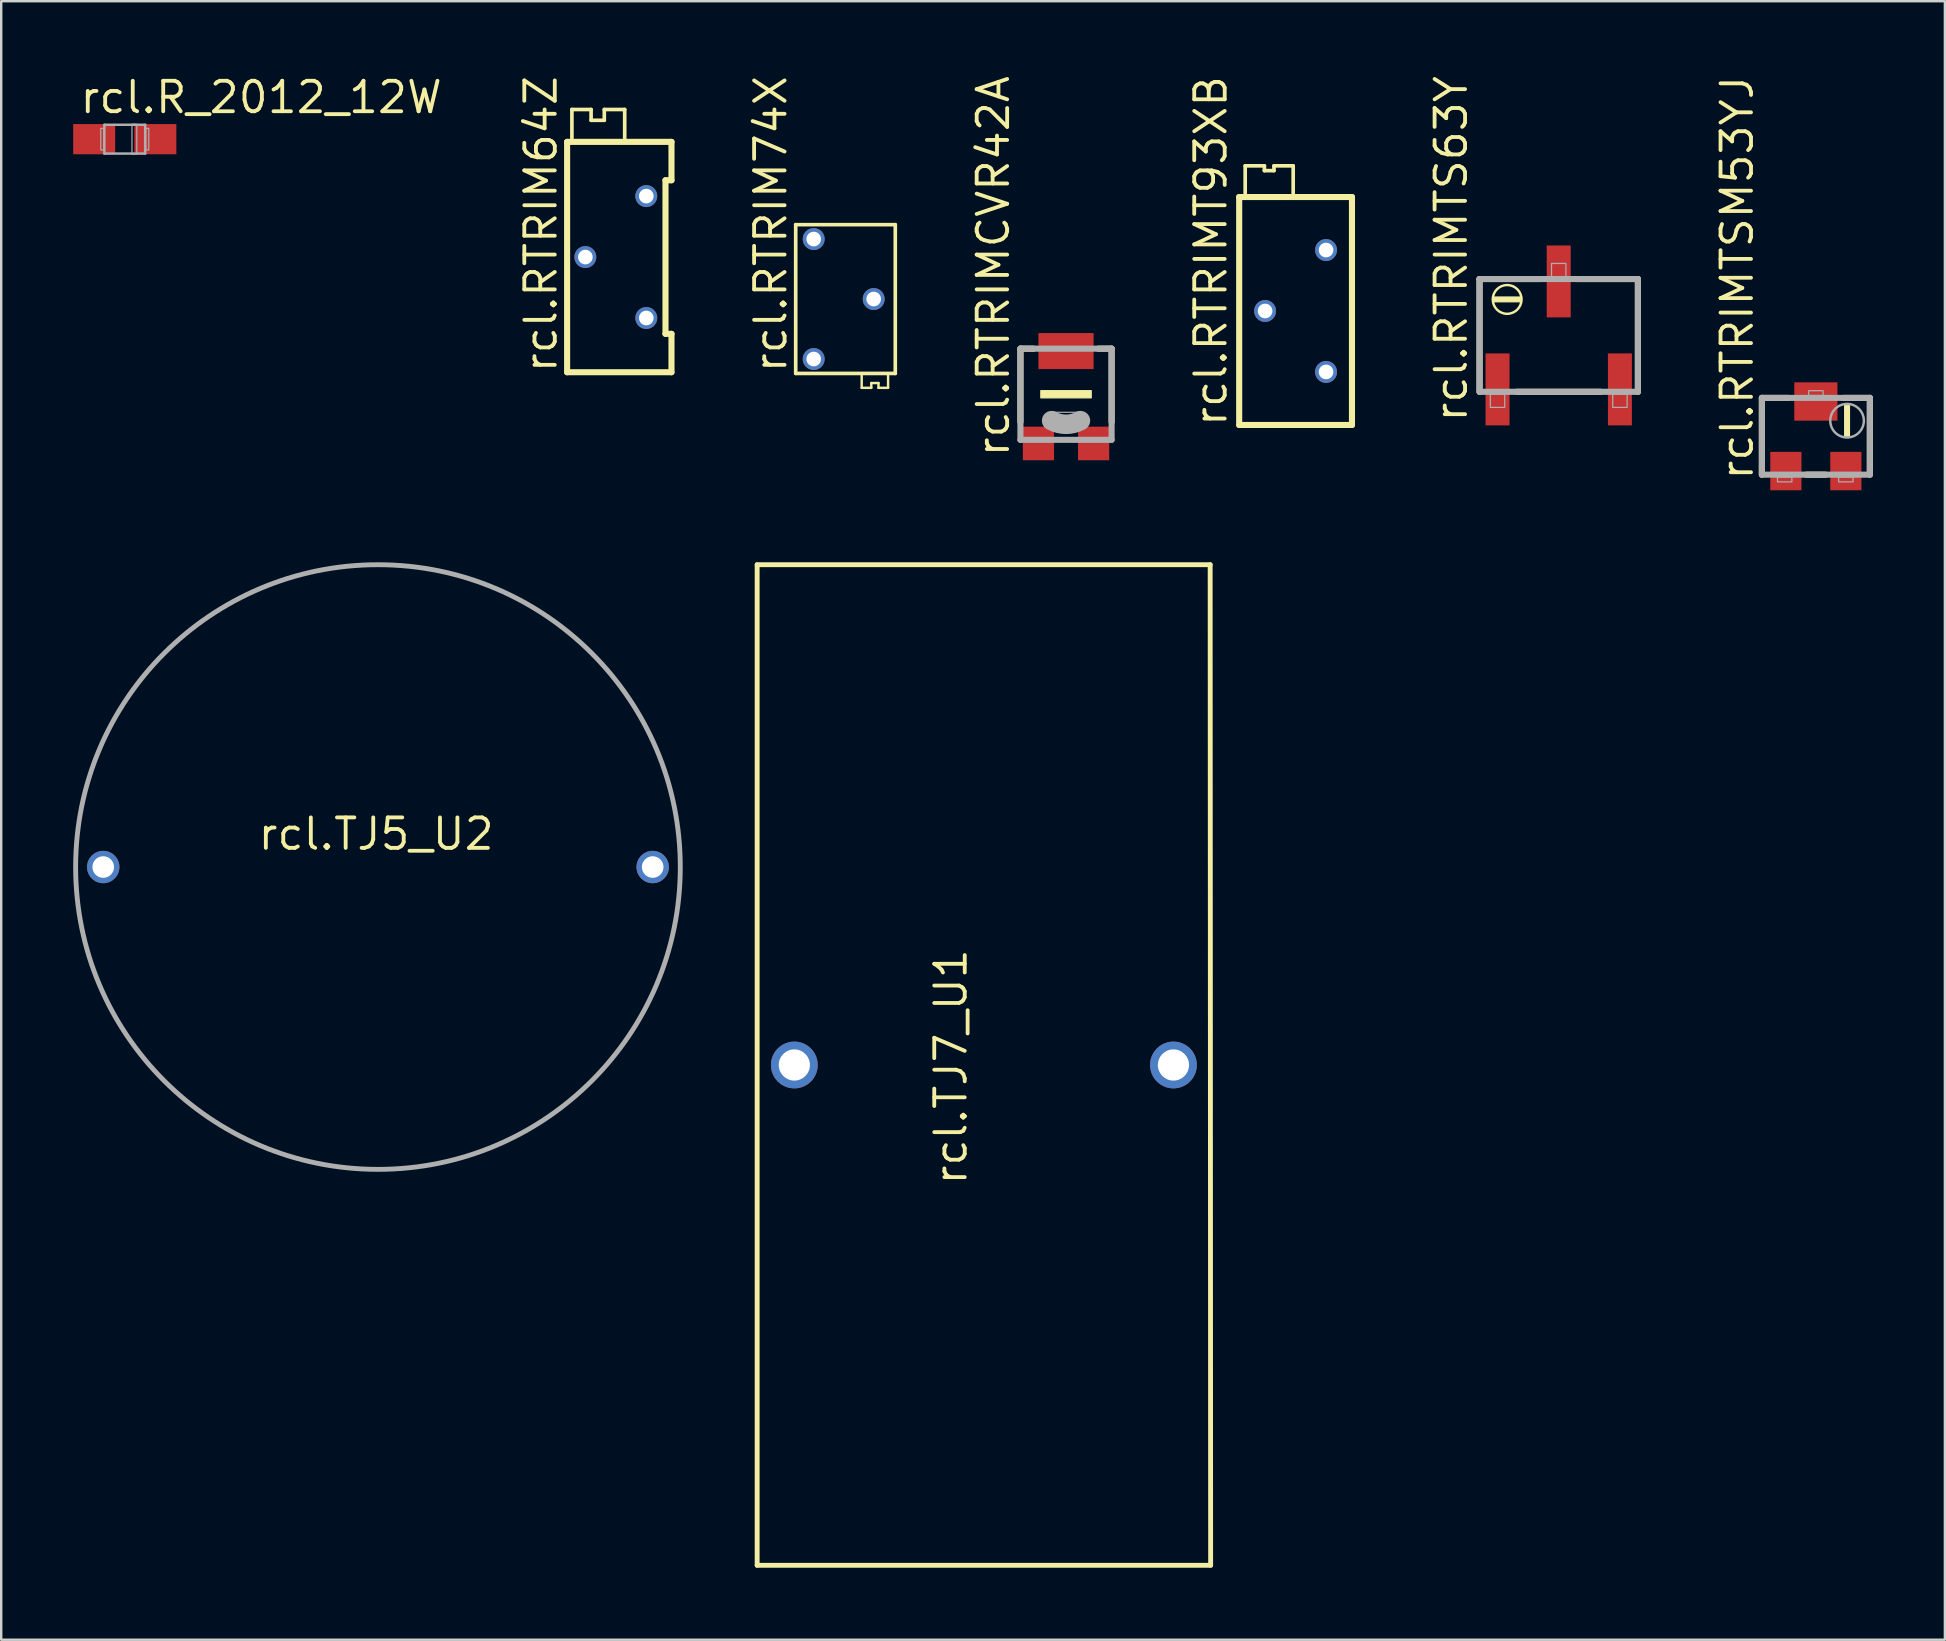
<source format=kicad_pcb>
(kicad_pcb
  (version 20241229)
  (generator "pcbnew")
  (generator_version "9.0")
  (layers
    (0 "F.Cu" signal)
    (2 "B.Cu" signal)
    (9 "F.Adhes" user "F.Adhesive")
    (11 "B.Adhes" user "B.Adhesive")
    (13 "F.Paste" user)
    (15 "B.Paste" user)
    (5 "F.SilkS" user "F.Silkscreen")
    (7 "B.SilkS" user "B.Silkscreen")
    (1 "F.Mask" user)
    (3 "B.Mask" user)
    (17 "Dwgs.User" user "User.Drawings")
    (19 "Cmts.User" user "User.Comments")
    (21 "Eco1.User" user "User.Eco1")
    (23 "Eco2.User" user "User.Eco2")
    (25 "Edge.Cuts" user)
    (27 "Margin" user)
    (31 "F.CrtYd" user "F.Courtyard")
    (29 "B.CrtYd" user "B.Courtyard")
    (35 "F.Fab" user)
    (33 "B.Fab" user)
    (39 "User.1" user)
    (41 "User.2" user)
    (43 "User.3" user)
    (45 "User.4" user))
  (footprint "rcl.RTRIMTS63Y"
    (layer "F.Cu")
    (at 61.912 10.929)
    (property "Reference" "rcl.RTRIMTS63Y" (at -3.74 3.69 90) (layer "F.SilkS") (effects (font (size 1.27 1.27) (thickness 0.16)) (justify left bottom)))
    (attr smd)
    (fp_line (start -3.3 -2.35) (end -0.75 -2.35) (stroke (width 0.254) (type default)) (layer "F.SilkS"))
    (fp_line (start -3.3 2.35) (end -3.3 -2.35) (stroke (width 0.254) (type default)) (layer "F.SilkS"))
    (fp_line (start 0.75 -2.35) (end 3.3 -2.35) (stroke (width 0.254) (type default)) (layer "F.SilkS"))
    (fp_line (start 1.75 2.35) (end -1.75 2.35) (stroke (width 0.254) (type default)) (layer "F.SilkS"))
    (fp_line (start 3.3 -2.35) (end 3.3 2.35) (stroke (width 0.254) (type default)) (layer "F.SilkS"))
    (fp_rect (start -2.7 -1.4) (end -1.6 -1.6) (stroke (width 0.05) (type default)) (fill yes) (layer "F.SilkS"))
    (fp_circle (center -2.15 -1.5) (end -1.55 -1.5) (stroke (width 0.102) (type default)) (fill no) (layer "F.SilkS"))
    (fp_line (start -3.3 -2.35) (end -3.3 2.35) (stroke (width 0.254) (type default)) (layer "F.Fab"))
    (fp_line (start -3.3 2.35) (end 3.3 2.35) (stroke (width 0.254) (type default)) (layer "F.Fab"))
    (fp_line (start 3.3 -2.35) (end -3.3 -2.35) (stroke (width 0.254) (type default)) (layer "F.Fab"))
    (fp_line (start 3.3 2.35) (end 3.3 -2.35) (stroke (width 0.254) (type default)) (layer "F.Fab"))
    (fp_rect (start -2.85 3) (end -2.25 2.45) (stroke (width 0.05) (type default)) (fill no) (layer "F.Fab"))
    (fp_rect (start -0.3 -2.45) (end 0.3 -3) (stroke (width 0.05) (type default)) (fill no) (layer "F.Fab"))
    (fp_rect (start 2.25 3) (end 2.85 2.45) (stroke (width 0.05) (type default)) (fill no) (layer "F.Fab"))
    (pad "1" smd roundrect (at -2.55 2.25) (size 1 3) (layers "F.Cu" "F.Mask" "F.Paste") (roundrect_rratio 0.01))
    (pad "2" smd roundrect (at 0 -2.25) (size 1 3) (layers "F.Cu" "F.Mask" "F.Paste") (roundrect_rratio 0.01))
    (pad "3" smd roundrect (at 2.55 2.25) (size 1 3) (layers "F.Cu" "F.Mask" "F.Paste") (roundrect_rratio 0.01)))
  (footprint "rcl.RTRIMCVR42A"
    (layer "F.Cu")
    (at 41.378 13.381)
    (property "Reference" "rcl.RTRIMCVR42A" (at -2.29 2.69 90) (layer "F.SilkS") (effects (font (size 1.27 1.27) (thickness 0.16)) (justify left bottom)))
    (attr smd)
    (fp_line (start -1.9 -1.9) (end -1.35 -1.9) (stroke (width 0.254) (type default)) (layer "F.SilkS"))
    (fp_line (start -1.9 1.15) (end -1.9 -1.9) (stroke (width 0.254) (type default)) (layer "F.SilkS"))
    (fp_line (start 1.9 -1.9) (end 1.35 -1.9) (stroke (width 0.254) (type default)) (layer "F.SilkS"))
    (fp_line (start 1.9 1.15) (end 1.9 -1.9) (stroke (width 0.254) (type default)) (layer "F.SilkS"))
    (fp_rect (start -1.05 0.15) (end 1.05 -0.15) (stroke (width 0.05) (type default)) (fill yes) (layer "F.SilkS"))
    (fp_line (start -1.9 -1.9) (end -1.9 1.9) (stroke (width 0.254) (type default)) (layer "F.Fab"))
    (fp_line (start -1.9 1.9) (end 1.9 1.9) (stroke (width 0.254) (type default)) (layer "F.Fab"))
    (fp_line (start 1.9 -1.9) (end -1.9 -1.9) (stroke (width 0.254) (type default)) (layer "F.Fab"))
    (fp_line (start 1.9 1.9) (end 1.9 -1.9) (stroke (width 0.254) (type default)) (layer "F.Fab"))
    (fp_rect (start -0.65 1.15) (end 0.65 0.75) (stroke (width 0.05) (type default)) (fill no) (layer "F.Fab"))
    (fp_arc (start 0.6 1.1) (mid 0 1.252996) (end -0.6 1.1) (stroke (width 0.8128) (type default)) (layer "F.Fab"))
    (pad "1" smd roundrect (at -1.15 2.05) (size 1.3 1.4) (layers "F.Cu" "F.Mask" "F.Paste") (roundrect_rratio 0.01))
    (pad "2" smd roundrect (at 0 -1.8) (size 2.3 1.5) (layers "F.Cu" "F.Mask" "F.Paste") (roundrect_rratio 0.01))
    (pad "3" smd roundrect (at 1.15 2.05) (size 1.3 1.4) (layers "F.Cu" "F.Mask" "F.Paste") (roundrect_rratio 0.01)))
  (footprint "rcl.TJ7_U1"
    (layer "F.Cu")
    (at 37.955 41.335)
    (property "Reference" "rcl.TJ7_U1" (at -0.635 5.08 90) (layer "F.SilkS") (effects (font (size 1.27 1.27) (thickness 0.16)) (justify left bottom)))
    (attr through_hole)
    (fp_line (start -9.45 -20.85) (end 9.43 -20.85) (stroke (width 0.203) (type default)) (layer "F.SilkS"))
    (fp_line (start -9.45 20.85) (end -9.45 -20.85) (stroke (width 0.203) (type default)) (layer "F.SilkS"))
    (fp_line (start 9.43 -20.85) (end 9.45 20.85) (stroke (width 0.203) (type default)) (layer "F.SilkS"))
    (fp_line (start 9.45 20.85) (end -9.45 20.85) (stroke (width 0.203) (type default)) (layer "F.SilkS"))
    (pad "1" thru_hole circle (at -7.9 0) (size 1.95 1.95) (drill 1.3) (layers "*.Cu" "*.Mask"))
    (pad "2" thru_hole circle (at 7.9 0) (size 1.95 1.95) (drill 1.3) (layers "*.Cu" "*.Mask")))
  (footprint "rcl.TJ5_U2"
    (layer "F.Cu")
    (at 12.702 33.085)
    (property "Reference" "rcl.TJ5_U2" (at -5.08 -0.635 0) (layer "F.SilkS") (effects (font (size 1.27 1.27) (thickness 0.16)) (justify left bottom)))
    (attr through_hole)
    (fp_circle (center 0 0) (end 12.6 0) (stroke (width 0.203) (type default)) (fill no) (layer "F.Fab"))
    (pad "1" thru_hole circle (at -11.45 0) (size 1.35 1.35) (drill 0.9) (layers "*.Cu" "*.Mask"))
    (pad "2" thru_hole circle (at 11.45 0) (size 1.35 1.35) (drill 0.9) (layers "*.Cu" "*.Mask")))
  (footprint "rcl.RTRIMTSM53YJ"
    (layer "F.Cu")
    (at 72.629 15.133)
    (property "Reference" "rcl.RTRIMTSM53YJ" (at -2.54 1.905 90) (layer "F.SilkS") (effects (font (size 1.27 1.27) (thickness 0.16)) (justify left bottom)))
    (attr smd)
    (fp_line (start -2.25 -1.6) (end -1.15 -1.6) (stroke (width 0.254) (type default)) (layer "F.SilkS"))
    (fp_line (start -2.25 1.6) (end -2.25 -1.6) (stroke (width 0.254) (type default)) (layer "F.SilkS"))
    (fp_line (start -0.4 1.6) (end 0.4 1.6) (stroke (width 0.254) (type default)) (layer "F.SilkS"))
    (fp_line (start 2.25 -1.6) (end 1.15 -1.6) (stroke (width 0.254) (type default)) (layer "F.SilkS"))
    (fp_line (start 2.25 1.6) (end 2.25 -1.6) (stroke (width 0.254) (type default)) (layer "F.SilkS"))
    (fp_rect (start 1.2 0) (end 1.4 -1.3) (stroke (width 0.05) (type default)) (fill yes) (layer "F.SilkS"))
    (fp_line (start -2.25 -1.6) (end -2.25 1.6) (stroke (width 0.254) (type default)) (layer "F.Fab"))
    (fp_line (start -2.25 1.6) (end 2.25 1.6) (stroke (width 0.254) (type default)) (layer "F.Fab"))
    (fp_line (start 2.25 -1.6) (end -2.25 -1.6) (stroke (width 0.254) (type default)) (layer "F.Fab"))
    (fp_line (start 2.25 1.6) (end 2.25 -1.6) (stroke (width 0.254) (type default)) (layer "F.Fab"))
    (fp_rect (start -1.6 1.9) (end -1 1.7) (stroke (width 0.05) (type default)) (fill no) (layer "F.Fab"))
    (fp_rect (start -0.3 -1.7) (end 0.3 -1.9) (stroke (width 0.05) (type default)) (fill no) (layer "F.Fab"))
    (fp_rect (start 0.95 1.9) (end 1.55 1.7) (stroke (width 0.05) (type default)) (fill no) (layer "F.Fab"))
    (fp_circle (center 1.3 -0.65) (end 2 -0.65) (stroke (width 0.102) (type default)) (fill no) (layer "F.Fab"))
    (pad "1" smd roundrect (at -1.25 1.45) (size 1.3 1.6) (layers "F.Cu" "F.Mask" "F.Paste") (roundrect_rratio 0.01))
    (pad "2" smd roundrect (at 0 -1.45) (size 1.8 1.6) (layers "F.Cu" "F.Mask" "F.Paste") (roundrect_rratio 0.01))
    (pad "3" smd roundrect (at 1.25 1.45) (size 1.3 1.6) (layers "F.Cu" "F.Mask" "F.Paste") (roundrect_rratio 0.01)))
  (footprint "rcl.RTRIM64Z"
    (layer "F.Cu")
    (at 23.885 7.663)
    (property "Reference" "rcl.RTRIM64Z" (at -3.65 4.9 90) (layer "F.SilkS") (effects (font (size 1.27 1.27) (thickness 0.16)) (justify left bottom)))
    (attr through_hole)
    (fp_line (start -3.3 -4.8) (end 1.05 -4.8) (stroke (width 0.254) (type default)) (layer "F.SilkS"))
    (fp_line (start -3.3 4.8) (end -3.3 -4.8) (stroke (width 0.254) (type default)) (layer "F.SilkS"))
    (fp_line (start -3.1 -6.15) (end -2.3 -6.15) (stroke (width 0.152) (type default)) (layer "F.SilkS"))
    (fp_line (start -3.1 -4.95) (end -3.1 -6.15) (stroke (width 0.152) (type default)) (layer "F.SilkS"))
    (fp_line (start -2.3 -6.15) (end -2.3 -5.7) (stroke (width 0.152) (type default)) (layer "F.SilkS"))
    (fp_line (start -2.3 -5.7) (end -1.75 -5.7) (stroke (width 0.152) (type default)) (layer "F.SilkS"))
    (fp_line (start -1.75 -6.15) (end -0.9 -6.15) (stroke (width 0.152) (type default)) (layer "F.SilkS"))
    (fp_line (start -1.75 -5.7) (end -1.75 -6.15) (stroke (width 0.152) (type default)) (layer "F.SilkS"))
    (fp_line (start -0.9 -6.15) (end -0.9 -4.95) (stroke (width 0.152) (type default)) (layer "F.SilkS"))
    (fp_line (start 0.8 -3.2) (end 0.8 3.2) (stroke (width 0.254) (type default)) (layer "F.SilkS"))
    (fp_line (start 0.8 3.2) (end 1.05 3.2) (stroke (width 0.254) (type default)) (layer "F.SilkS"))
    (fp_line (start 1.05 -4.8) (end 1.05 -3.2) (stroke (width 0.254) (type default)) (layer "F.SilkS"))
    (fp_line (start 1.05 -3.2) (end 0.8 -3.2) (stroke (width 0.254) (type default)) (layer "F.SilkS"))
    (fp_line (start 1.05 3.2) (end 1.05 4.8) (stroke (width 0.254) (type default)) (layer "F.SilkS"))
    (fp_line (start 1.05 4.8) (end -3.3 4.8) (stroke (width 0.254) (type default)) (layer "F.SilkS"))
    (pad "1" thru_hole circle (at 0 2.54) (size 0.914 0.914) (drill 0.61) (layers "*.Cu" "*.Mask"))
    (pad "2" thru_hole circle (at -2.54 0) (size 0.914 0.914) (drill 0.61) (layers "*.Cu" "*.Mask"))
    (pad "3" thru_hole circle (at 0 -2.54) (size 0.914 0.914) (drill 0.61) (layers "*.Cu" "*.Mask")))
  (footprint "rcl.R_2012_12W"
    (layer "F.Cu")
    (at 2.15 2.75)
    (property "Reference" "rcl.R_2012_12W" (at -1.95 -1 0) (layer "F.SilkS") (effects (font (size 1.27 1.27) (thickness 0.16)) (justify left bottom)))
    (attr smd)
    (fp_line (start -0.85 -0.6) (end 0.85 -0.6) (stroke (width 0.102) (type default)) (layer "F.Fab"))
    (fp_line (start -0.85 0.6) (end -0.85 -0.6) (stroke (width 0.102) (type default)) (layer "F.Fab"))
    (fp_line (start 0.85 -0.6) (end 0.85 0.6) (stroke (width 0.102) (type default)) (layer "F.Fab"))
    (fp_line (start 0.85 0.6) (end -0.85 0.6) (stroke (width 0.102) (type default)) (layer "F.Fab"))
    (fp_rect (start -1 0.45) (end -0.875 -0.45) (stroke (width 0.05) (type default)) (fill no) (layer "F.Fab"))
    (fp_rect (start 0.3 0.625) (end 0.5 -0.625) (stroke (width 0.05) (type default)) (fill no) (layer "F.Fab"))
    (fp_rect (start 0.875 0.45) (end 1 -0.45) (stroke (width 0.05) (type default)) (fill no) (layer "F.Fab"))
    (pad "+" smd roundrect (at 1.275 0) (size 1.75 1.26) (layers "F.Cu" "F.Mask" "F.Paste") (roundrect_rratio 0.01))
    (pad "-" smd roundrect (at -1.275 0) (size 1.75 1.26) (layers "F.Cu" "F.Mask" "F.Paste") (roundrect_rratio 0.01)))
  (footprint "rcl.RTRIM74X"
    (layer "F.Cu")
    (at 32.112 9.413)
    (property "Reference" "rcl.RTRIM74X" (at -2.3 3.15 90) (layer "F.SilkS") (effects (font (size 1.27 1.27) (thickness 0.16)) (justify left bottom)))
    (attr through_hole)
    (fp_line (start -2 -3.1) (end -2 3.1) (stroke (width 0.152) (type default)) (layer "F.SilkS"))
    (fp_line (start -2 3.1) (end 2.15 3.1) (stroke (width 0.152) (type default)) (layer "F.SilkS"))
    (fp_line (start 0.75 3.15) (end 0.75 3.7) (stroke (width 0.102) (type default)) (layer "F.SilkS"))
    (fp_line (start 0.75 3.7) (end 1.15 3.7) (stroke (width 0.102) (type default)) (layer "F.SilkS"))
    (fp_line (start 1.15 3.5) (end 1.45 3.5) (stroke (width 0.102) (type default)) (layer "F.SilkS"))
    (fp_line (start 1.15 3.7) (end 1.15 3.5) (stroke (width 0.102) (type default)) (layer "F.SilkS"))
    (fp_line (start 1.45 3.5) (end 1.45 3.7) (stroke (width 0.102) (type default)) (layer "F.SilkS"))
    (fp_line (start 1.45 3.7) (end 1.85 3.7) (stroke (width 0.102) (type default)) (layer "F.SilkS"))
    (fp_line (start 1.85 3.7) (end 1.85 3.15) (stroke (width 0.102) (type default)) (layer "F.SilkS"))
    (fp_line (start 2.15 -3.1) (end -2 -3.1) (stroke (width 0.152) (type default)) (layer "F.SilkS"))
    (fp_line (start 2.15 3.1) (end 2.15 -3.1) (stroke (width 0.152) (type default)) (layer "F.SilkS"))
    (pad "1" thru_hole circle (at -1.25 2.5) (size 0.914 0.914) (drill 0.61) (layers "*.Cu" "*.Mask"))
    (pad "2" thru_hole circle (at 1.25 0) (size 0.914 0.914) (drill 0.61) (layers "*.Cu" "*.Mask"))
    (pad "3" thru_hole circle (at -1.25 -2.5) (size 0.914 0.914) (drill 0.61) (layers "*.Cu" "*.Mask")))
  (footprint "rcl.RTRIMT93XB"
    (layer "F.Cu")
    (at 50.945 9.911)
    (property "Reference" "rcl.RTRIMT93XB" (at -2.79 4.89 90) (layer "F.SilkS") (effects (font (size 1.27 1.27) (thickness 0.16)) (justify left bottom)))
    (attr through_hole)
    (fp_line (start -2.35 -4.75) (end -2.35 4.75) (stroke (width 0.254) (type default)) (layer "F.SilkS"))
    (fp_line (start -2.35 4.75) (end 2.35 4.75) (stroke (width 0.254) (type default)) (layer "F.SilkS"))
    (fp_line (start -2.1 -6.05) (end -2.1 -4.9) (stroke (width 0.152) (type default)) (layer "F.SilkS"))
    (fp_line (start -1.3 -6.05) (end -2.1 -6.05) (stroke (width 0.152) (type default)) (layer "F.SilkS"))
    (fp_line (start -1.3 -5.85) (end -1.3 -6.05) (stroke (width 0.152) (type default)) (layer "F.SilkS"))
    (fp_line (start -0.9 -6.05) (end -0.9 -5.85) (stroke (width 0.152) (type default)) (layer "F.SilkS"))
    (fp_line (start -0.9 -5.85) (end -1.3 -5.85) (stroke (width 0.152) (type default)) (layer "F.SilkS"))
    (fp_line (start -0.1 -6.05) (end -0.9 -6.05) (stroke (width 0.152) (type default)) (layer "F.SilkS"))
    (fp_line (start -0.1 -4.9) (end -0.1 -6.05) (stroke (width 0.152) (type default)) (layer "F.SilkS"))
    (fp_line (start 2.35 -4.75) (end -2.35 -4.75) (stroke (width 0.254) (type default)) (layer "F.SilkS"))
    (fp_line (start 2.35 4.75) (end 2.35 -4.75) (stroke (width 0.254) (type default)) (layer "F.SilkS"))
    (pad "1" thru_hole circle (at 1.27 2.54) (size 0.914 0.914) (drill 0.61) (layers "*.Cu" "*.Mask"))
    (pad "2" thru_hole circle (at -1.27 0) (size 0.914 0.914) (drill 0.61) (layers "*.Cu" "*.Mask"))
    (pad "3" thru_hole circle (at 1.27 -2.54) (size 0.914 0.914) (drill 0.61) (layers "*.Cu" "*.Mask")))
  (gr_rect
    (start -3 -3)
    (end 78.006 65.287)
    (stroke (width 0.1) (type default))
    (fill no)
    (layer "Edge.Cuts")))
</source>
